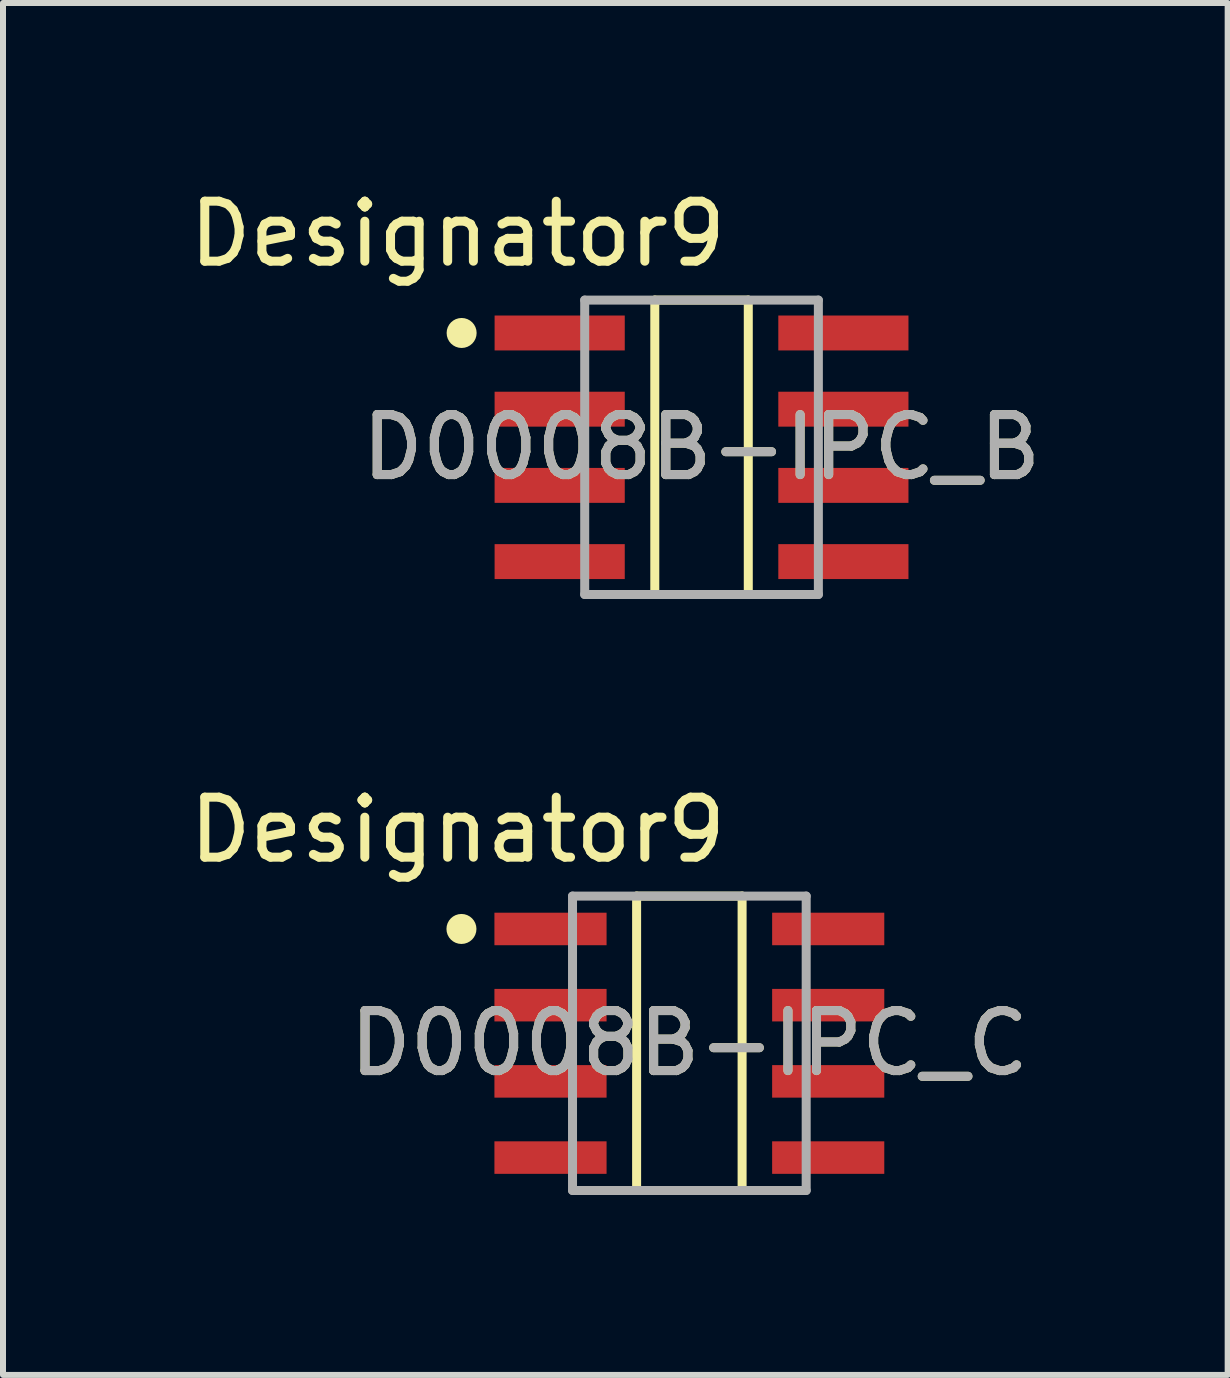
<source format=kicad_pcb>
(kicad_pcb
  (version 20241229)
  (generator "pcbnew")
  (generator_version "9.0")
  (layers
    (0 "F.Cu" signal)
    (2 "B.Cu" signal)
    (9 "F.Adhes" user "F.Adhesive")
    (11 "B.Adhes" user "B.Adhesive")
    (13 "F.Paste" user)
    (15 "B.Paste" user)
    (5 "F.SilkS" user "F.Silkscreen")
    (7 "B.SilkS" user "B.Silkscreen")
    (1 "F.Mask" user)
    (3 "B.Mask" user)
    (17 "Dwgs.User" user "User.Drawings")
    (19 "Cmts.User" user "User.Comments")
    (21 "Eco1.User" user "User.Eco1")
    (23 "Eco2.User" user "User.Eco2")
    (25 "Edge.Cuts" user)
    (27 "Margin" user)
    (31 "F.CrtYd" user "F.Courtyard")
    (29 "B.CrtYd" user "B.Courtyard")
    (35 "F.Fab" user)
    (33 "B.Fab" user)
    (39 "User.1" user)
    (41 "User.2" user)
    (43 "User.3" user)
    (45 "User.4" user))
  (footprint "D0008B-IPC_C"
    (layer "F.Cu")
    (at 8.438 14.336)
    (property "Reference" "D0008B-IPC_C" (at 0 0 0) (unlocked yes) (layer "F.SilkS") (effects (font (size 1 1) (thickness 0.15))))
    (attr smd)
    (fp_line (start -0.879 -2.453) (end 0.879 -2.453) (stroke (width 0.15) (type solid)) (layer "F.SilkS"))
    (fp_line (start -0.879 2.453) (end -0.879 -2.453) (stroke (width 0.15) (type solid)) (layer "F.SilkS"))
    (fp_line (start -0.879 2.453) (end 0.879 2.453) (stroke (width 0.15) (type solid)) (layer "F.SilkS"))
    (fp_line (start 0.879 2.453) (end 0.879 -2.453) (stroke (width 0.15) (type solid)) (layer "F.SilkS"))
    (fp_circle (center -3.798 -1.905) (end -3.673 -1.905) (stroke (width 0.25) (type solid)) (fill no) (layer "F.SilkS"))
    (fp_line (start -1.947 -2.453) (end 1.947 -2.453) (stroke (width 0.15) (type solid)) (layer "F.Fab"))
    (fp_line (start -1.947 2.453) (end -1.947 -2.453) (stroke (width 0.15) (type solid)) (layer "F.Fab"))
    (fp_line (start -1.947 2.453) (end 1.947 2.453) (stroke (width 0.15) (type solid)) (layer "F.Fab"))
    (fp_line (start 1.947 2.453) (end 1.947 -2.453) (stroke (width 0.15) (type solid)) (layer "F.Fab"))
    (fp_text user "Designator9" (at -3.861 -3.556 0) (unlocked yes) (layer "F.SilkS") (effects (font (size 1 1) (thickness 0.15))))
    (fp_text user "${REFERENCE}" (at 0 0 0) (unlocked yes) (layer "F.Fab") (effects (font (size 1 1) (thickness 0.15))))
    (pad "1" smd rect (at -2.314 -1.905) (size 1.869 0.542) (layers "F.Cu" "F.Mask" "F.Paste"))
    (pad "2" smd rect (at -2.314 -0.635) (size 1.869 0.542) (layers "F.Cu" "F.Mask" "F.Paste"))
    (pad "3" smd rect (at -2.314 0.635) (size 1.869 0.542) (layers "F.Cu" "F.Mask" "F.Paste"))
    (pad "4" smd rect (at -2.314 1.905) (size 1.869 0.542) (layers "F.Cu" "F.Mask" "F.Paste"))
    (pad "5" smd rect (at 2.314 1.905) (size 1.869 0.542) (layers "F.Cu" "F.Mask" "F.Paste"))
    (pad "6" smd rect (at 2.314 0.635) (size 1.869 0.542) (layers "F.Cu" "F.Mask" "F.Paste"))
    (pad "7" smd rect (at 2.314 -0.635) (size 1.869 0.542) (layers "F.Cu" "F.Mask" "F.Paste"))
    (pad "8" smd rect (at 2.314 -1.905) (size 1.869 0.542) (layers "F.Cu" "F.Mask" "F.Paste")))
  (footprint "D0008B-IPC_B"
    (layer "F.Cu")
    (at 8.641 4.404)
    (property "Reference" "D0008B-IPC_B" (at 0 0 0) (unlocked yes) (layer "F.SilkS") (effects (font (size 1 1) (thickness 0.15))))
    (attr smd)
    (fp_line (start -0.779 -2.453) (end 0.779 -2.453) (stroke (width 0.15) (type solid)) (layer "F.SilkS"))
    (fp_line (start -0.779 2.453) (end -0.779 -2.453) (stroke (width 0.15) (type solid)) (layer "F.SilkS"))
    (fp_line (start -0.779 2.453) (end 0.779 2.453) (stroke (width 0.15) (type solid)) (layer "F.SilkS"))
    (fp_line (start 0.779 2.453) (end 0.779 -2.453) (stroke (width 0.15) (type solid)) (layer "F.SilkS"))
    (fp_circle (center -3.998 -1.905) (end -3.873 -1.905) (stroke (width 0.25) (type solid)) (fill no) (layer "F.SilkS"))
    (fp_line (start -1.947 -2.453) (end 1.947 -2.453) (stroke (width 0.15) (type solid)) (layer "F.Fab"))
    (fp_line (start -1.947 2.453) (end -1.947 -2.453) (stroke (width 0.15) (type solid)) (layer "F.Fab"))
    (fp_line (start -1.947 2.453) (end 1.947 2.453) (stroke (width 0.15) (type solid)) (layer "F.Fab"))
    (fp_line (start 1.947 2.453) (end 1.947 -2.453) (stroke (width 0.15) (type solid)) (layer "F.Fab"))
    (fp_text user "Designator9" (at -4.064 -3.556 0) (unlocked yes) (layer "F.SilkS") (effects (font (size 1 1) (thickness 0.15))))
    (fp_text user "${REFERENCE}" (at 0 0 0) (unlocked yes) (layer "F.Fab") (effects (font (size 1 1) (thickness 0.15))))
    (pad "1" smd rect (at -2.364 -1.905) (size 2.169 0.582) (layers "F.Cu" "F.Mask" "F.Paste"))
    (pad "2" smd rect (at -2.364 -0.635) (size 2.169 0.582) (layers "F.Cu" "F.Mask" "F.Paste"))
    (pad "3" smd rect (at -2.364 0.635) (size 2.169 0.582) (layers "F.Cu" "F.Mask" "F.Paste"))
    (pad "4" smd rect (at -2.364 1.905) (size 2.169 0.582) (layers "F.Cu" "F.Mask" "F.Paste"))
    (pad "5" smd rect (at 2.364 1.905) (size 2.169 0.582) (layers "F.Cu" "F.Mask" "F.Paste"))
    (pad "6" smd rect (at 2.364 0.635) (size 2.169 0.582) (layers "F.Cu" "F.Mask" "F.Paste"))
    (pad "7" smd rect (at 2.364 -0.635) (size 2.169 0.582) (layers "F.Cu" "F.Mask" "F.Paste"))
    (pad "8" smd rect (at 2.364 -1.905) (size 2.169 0.582) (layers "F.Cu" "F.Mask" "F.Paste")))
  (gr_rect
    (start -3 -3)
    (end 17.409 19.863)
    (stroke (width 0.1) (type default))
    (fill no)
    (layer "Edge.Cuts")))
</source>
